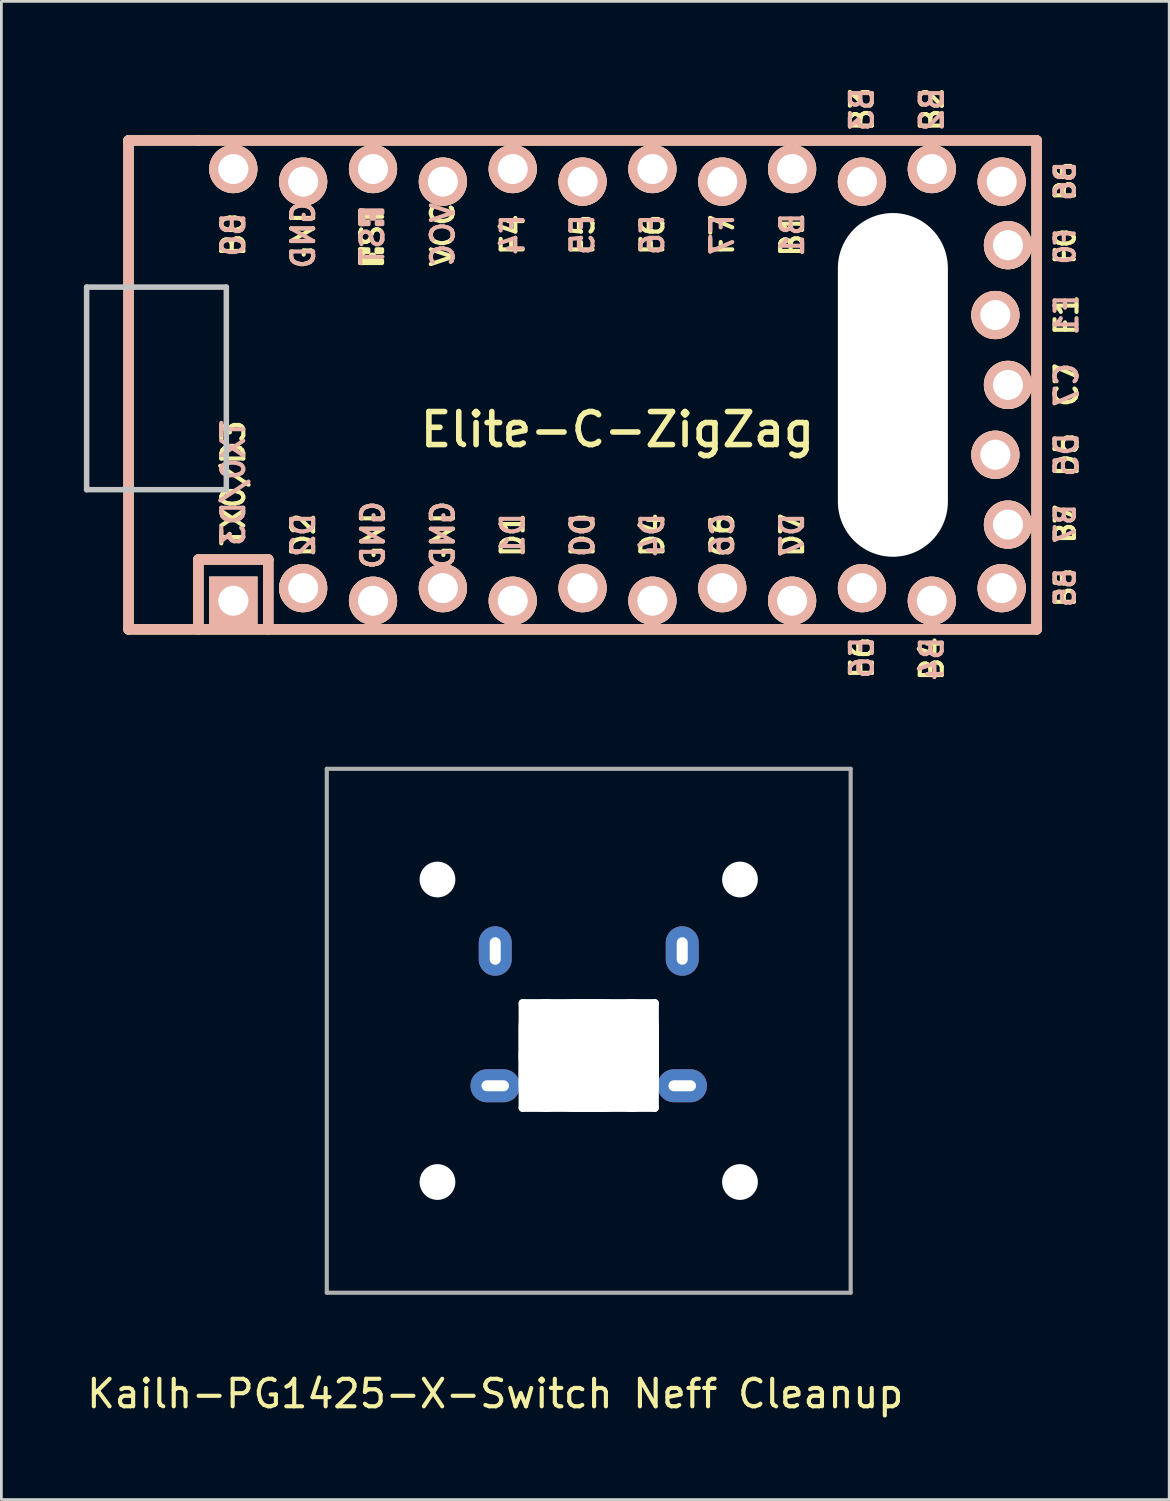
<source format=kicad_pcb>
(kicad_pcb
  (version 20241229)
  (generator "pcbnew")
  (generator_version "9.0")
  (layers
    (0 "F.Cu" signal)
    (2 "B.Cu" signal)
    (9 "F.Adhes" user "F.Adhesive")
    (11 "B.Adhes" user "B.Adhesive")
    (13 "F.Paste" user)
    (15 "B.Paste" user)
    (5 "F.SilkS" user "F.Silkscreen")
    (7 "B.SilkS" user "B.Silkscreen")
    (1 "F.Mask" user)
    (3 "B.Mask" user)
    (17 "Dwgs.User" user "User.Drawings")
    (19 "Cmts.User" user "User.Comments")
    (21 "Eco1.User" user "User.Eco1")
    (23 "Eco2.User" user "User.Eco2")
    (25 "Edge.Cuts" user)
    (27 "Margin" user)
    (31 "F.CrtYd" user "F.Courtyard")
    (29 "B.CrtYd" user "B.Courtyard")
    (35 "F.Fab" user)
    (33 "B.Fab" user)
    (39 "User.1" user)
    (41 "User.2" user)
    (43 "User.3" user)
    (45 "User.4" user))
  (footprint "Elite-C-ZigZag"
    (layer "F.Cu")
    (at 19.404 10.946)
    (property "Reference" "Elite-C-ZigZag" (at 0 1.625 0) (layer "F.SilkS") (effects (font (size 1.2 1.2) (thickness 0.203))))
    (attr through_hole)
    (fp_line (start -17.78 -8.89) (end -17.78 8.89) (stroke (width 0.381) (type solid)) (layer "F.SilkS"))
    (fp_line (start -17.78 8.89) (end -15.24 8.89) (stroke (width 0.381) (type solid)) (layer "F.SilkS"))
    (fp_line (start -15.24 -8.89) (end -17.78 -8.89) (stroke (width 0.381) (type solid)) (layer "F.SilkS"))
    (fp_line (start -15.24 6.35) (end -15.24 8.89) (stroke (width 0.381) (type solid)) (layer "F.SilkS"))
    (fp_line (start -15.24 6.35) (end -12.7 6.35) (stroke (width 0.381) (type solid)) (layer "F.SilkS"))
    (fp_line (start -15.24 8.89) (end 15.24 8.89) (stroke (width 0.381) (type solid)) (layer "F.SilkS"))
    (fp_line (start -12.7 6.35) (end -12.7 8.89) (stroke (width 0.381) (type solid)) (layer "F.SilkS"))
    (fp_line (start 15.24 -8.89) (end -15.24 -8.89) (stroke (width 0.381) (type solid)) (layer "F.SilkS"))
    (fp_line (start 15.24 8.89) (end 15.24 -8.89) (stroke (width 0.381) (type solid)) (layer "F.SilkS"))
    (fp_poly (pts (xy -9.361 -4.932) (xy -9.261 -4.932) (xy -9.261 -4.432) (xy -9.361 -4.432)) (stroke (width 0.15) (type solid)) (fill yes) (layer "F.SilkS"))
    (fp_poly (pts (xy -9.361 -4.932) (xy -9.061 -4.932) (xy -9.061 -4.832) (xy -9.361 -4.832)) (stroke (width 0.15) (type solid)) (fill yes) (layer "F.SilkS"))
    (fp_poly (pts (xy -9.361 -4.532) (xy -8.561 -4.532) (xy -8.561 -4.432) (xy -9.361 -4.432)) (stroke (width 0.15) (type solid)) (fill yes) (layer "F.SilkS"))
    (fp_poly (pts (xy -8.961 -4.732) (xy -8.861 -4.732) (xy -8.861 -4.632) (xy -8.961 -4.632)) (stroke (width 0.15) (type solid)) (fill yes) (layer "F.SilkS"))
    (fp_poly (pts (xy -8.761 -4.932) (xy -8.561 -4.932) (xy -8.561 -4.832) (xy -8.761 -4.832)) (stroke (width 0.15) (type solid)) (fill yes) (layer "F.SilkS"))
    (fp_line (start -17.78 -8.89) (end -17.78 8.89) (stroke (width 0.381) (type solid)) (layer "B.SilkS"))
    (fp_line (start -17.78 8.89) (end 15.24 8.89) (stroke (width 0.381) (type solid)) (layer "B.SilkS"))
    (fp_line (start -15.24 6.35) (end -15.24 8.89) (stroke (width 0.381) (type solid)) (layer "B.SilkS"))
    (fp_line (start -15.24 6.35) (end -12.7 6.35) (stroke (width 0.381) (type solid)) (layer "B.SilkS"))
    (fp_line (start -12.7 6.35) (end -12.7 8.89) (stroke (width 0.381) (type solid)) (layer "B.SilkS"))
    (fp_line (start 15.24 -8.89) (end -17.78 -8.89) (stroke (width 0.381) (type solid)) (layer "B.SilkS"))
    (fp_line (start 15.24 8.89) (end 15.24 -8.89) (stroke (width 0.381) (type solid)) (layer "B.SilkS"))
    (fp_poly (pts (xy -9.351 -6.245) (xy -8.551 -6.245) (xy -8.551 -6.345) (xy -9.351 -6.345)) (stroke (width 0.15) (type solid)) (fill yes) (layer "B.SilkS"))
    (fp_poly (pts (xy -9.351 -5.845) (xy -9.251 -5.845) (xy -9.251 -6.345) (xy -9.351 -6.345)) (stroke (width 0.15) (type solid)) (fill yes) (layer "B.SilkS"))
    (fp_poly (pts (xy -9.351 -5.845) (xy -9.051 -5.845) (xy -9.051 -5.945) (xy -9.351 -5.945)) (stroke (width 0.15) (type solid)) (fill yes) (layer "B.SilkS"))
    (fp_poly (pts (xy -8.951 -6.045) (xy -8.851 -6.045) (xy -8.851 -6.145) (xy -8.951 -6.145)) (stroke (width 0.15) (type solid)) (fill yes) (layer "B.SilkS"))
    (fp_poly (pts (xy -8.751 -5.845) (xy -8.551 -5.845) (xy -8.551 -5.945) (xy -8.751 -5.945)) (stroke (width 0.15) (type solid)) (fill yes) (layer "B.SilkS"))
    (fp_line (start -19.304 -3.556) (end -14.224 -3.556) (stroke (width 0.2) (type solid)) (layer "Dwgs.User"))
    (fp_line (start -19.304 3.81) (end -19.304 -3.556) (stroke (width 0.2) (type solid)) (layer "Dwgs.User"))
    (fp_line (start -14.224 -3.556) (end -14.224 3.81) (stroke (width 0.2) (type solid)) (layer "Dwgs.User"))
    (fp_line (start -14.224 3.81) (end -19.304 3.81) (stroke (width 0.2) (type solid)) (layer "Dwgs.User"))
    (fp_text user "E6" (at 8.89 9.92 90) (layer "F.SilkS") (effects (font (size 0.8 0.8) (thickness 0.15))))
    (fp_text user "B4" (at 11.43 9.96 90) (layer "F.SilkS") (effects (font (size 0.8 0.8) (thickness 0.15))))
    (fp_text user "TX0/D3" (at -13.97 3.572 90) (layer "F.SilkS") (effects (font (size 0.8 0.8) (thickness 0.15))))
    (fp_text user "ST" (at -8.92 -5.733 90) (layer "F.SilkS") (effects (font (size 0.8 0.8) (thickness 0.15))))
    (fp_text user "C6" (at 3.81 5.461 90) (layer "F.SilkS") (effects (font (size 0.8 0.8) (thickness 0.15))))
    (fp_text user "D0" (at -1.27 5.461 90) (layer "F.SilkS") (effects (font (size 0.8 0.8) (thickness 0.15))))
    (fp_text user "B2" (at 11.43 -10.02 90) (layer "F.SilkS") (effects (font (size 0.8 0.8) (thickness 0.15))))
    (fp_text user "GND" (at -6.35 5.461 90) (layer "F.SilkS") (effects (font (size 0.8 0.8) (thickness 0.15))))
    (fp_text user "D4" (at 1.27 5.461 90) (layer "F.SilkS") (effects (font (size 0.8 0.8) (thickness 0.15))))
    (fp_text user "F6" (at 1.27 -5.461 90) (layer "F.SilkS") (effects (font (size 0.8 0.8) (thickness 0.15))))
    (fp_text user "F0" (at 16.28 -5.04 90) (layer "F.SilkS") (effects (font (size 0.7 0.7) (thickness 0.15))))
    (fp_text user "B0" (at -13.97 -5.461 90) (layer "F.SilkS") (effects (font (size 0.8 0.8) (thickness 0.15))))
    (fp_text user "GND" (at -11.43 -5.461 90) (layer "F.SilkS") (effects (font (size 0.8 0.8) (thickness 0.15))))
    (fp_text user "B7" (at 16.28 5.05 90) (layer "F.SilkS") (effects (font (size 0.7 0.7) (thickness 0.15))))
    (fp_text user "D7" (at 6.35 5.461 90) (layer "F.SilkS") (effects (font (size 0.8 0.8) (thickness 0.15))))
    (fp_text user "B5" (at 16.28 7.37 90) (layer "F.SilkS") (effects (font (size 0.7 0.7) (thickness 0.15))))
    (fp_text user "B1" (at 6.35 -5.461 90) (layer "F.SilkS") (effects (font (size 0.8 0.8) (thickness 0.15))))
    (fp_text user "GND" (at -8.89 5.461 90) (layer "F.SilkS") (effects (font (size 0.8 0.8) (thickness 0.15))))
    (fp_text user "C7" (at 16.33 0 90) (layer "F.SilkS") (effects (font (size 0.8 0.8) (thickness 0.15))))
    (fp_text user "F1" (at 16.33 -2.54 90) (layer "F.SilkS") (effects (font (size 0.8 0.8) (thickness 0.15))))
    (fp_text user "B6" (at 16.28 -7.41 90) (unlocked yes) (layer "F.SilkS") (effects (font (size 0.7 0.7) (thickness 0.15))))
    (fp_text user "D2" (at -11.43 5.461 90) (layer "F.SilkS") (effects (font (size 0.8 0.8) (thickness 0.15))))
    (fp_text user "D5" (at 16.33 2.54 90) (layer "F.SilkS") (effects (font (size 0.8 0.8) (thickness 0.15))))
    (fp_text user "F4" (at -3.81 -5.461 90) (layer "F.SilkS") (effects (font (size 0.8 0.8) (thickness 0.15))))
    (fp_text user "F7" (at 3.81 -5.461 90) (layer "F.SilkS") (effects (font (size 0.8 0.8) (thickness 0.15))))
    (fp_text user "B3" (at 8.89 -10.02 90) (layer "F.SilkS") (effects (font (size 0.8 0.8) (thickness 0.15))))
    (fp_text user "VCC" (at -6.35 -5.461 90) (layer "F.SilkS") (effects (font (size 0.8 0.8) (thickness 0.15))))
    (fp_text user "F5" (at -1.27 -5.461 90) (layer "F.SilkS") (effects (font (size 0.8 0.8) (thickness 0.15))))
    (fp_text user "D1" (at -3.81 5.461 90) (layer "F.SilkS") (effects (font (size 0.8 0.8) (thickness 0.15))))
    (fp_text user "VCC" (at -6.35 -5.461 90) (layer "B.SilkS") (effects (font (size 0.8 0.8) (thickness 0.15)) (justify mirror)))
    (fp_text user "ST" (at -8.91 -5.04 90) (layer "B.SilkS") (effects (font (size 0.8 0.8) (thickness 0.15)) (justify mirror)))
    (fp_text user "B7" (at 16.28 5.05 90) (layer "B.SilkS") (effects (font (size 0.7 0.7) (thickness 0.15)) (justify mirror)))
    (fp_text user "B0" (at -13.97 -5.461 90) (layer "B.SilkS") (effects (font (size 0.8 0.8) (thickness 0.15)) (justify mirror)))
    (fp_text user "F6" (at 1.27 -5.461 90) (layer "B.SilkS") (effects (font (size 0.8 0.8) (thickness 0.15)) (justify mirror)))
    (fp_text user "GND" (at -8.89 5.461 90) (layer "B.SilkS") (effects (font (size 0.8 0.8) (thickness 0.15)) (justify mirror)))
    (fp_text user "B1" (at 6.35 -5.461 90) (layer "B.SilkS") (effects (font (size 0.8 0.8) (thickness 0.15)) (justify mirror)))
    (fp_text user "B5" (at 16.28 7.37 90) (layer "B.SilkS") (effects (font (size 0.7 0.7) (thickness 0.15)) (justify mirror)))
    (fp_text user "D0" (at -1.27 5.461 90) (layer "B.SilkS") (effects (font (size 0.8 0.8) (thickness 0.15)) (justify mirror)))
    (fp_text user "D7" (at 6.35 5.461 90) (layer "B.SilkS") (effects (font (size 0.8 0.8) (thickness 0.15)) (justify mirror)))
    (fp_text user "F5" (at -1.27 -5.461 90) (layer "B.SilkS") (effects (font (size 0.8 0.8) (thickness 0.15)) (justify mirror)))
    (fp_text user "F1" (at 16.33 -2.54 90) (layer "B.SilkS") (effects (font (size 0.8 0.8) (thickness 0.15)) (justify mirror)))
    (fp_text user "C7" (at 16.33 0 90) (layer "B.SilkS") (effects (font (size 0.8 0.8) (thickness 0.15)) (justify mirror)))
    (fp_text user "B4" (at 11.43 9.96 90) (layer "B.SilkS") (effects (font (size 0.8 0.8) (thickness 0.15)) (justify mirror)))
    (fp_text user "D4" (at 1.27 5.461 90) (layer "B.SilkS") (effects (font (size 0.8 0.8) (thickness 0.15)) (justify mirror)))
    (fp_text user "GND" (at -11.43 -5.461 90) (layer "B.SilkS") (effects (font (size 0.8 0.8) (thickness 0.15)) (justify mirror)))
    (fp_text user "TX0/D3" (at -13.97 3.572 90) (layer "B.SilkS") (effects (font (size 0.8 0.8) (thickness 0.15)) (justify mirror)))
    (fp_text user "F7" (at 3.81 -5.461 90) (layer "B.SilkS") (effects (font (size 0.8 0.8) (thickness 0.15)) (justify mirror)))
    (fp_text user "C6" (at 3.81 5.461 90) (layer "B.SilkS") (effects (font (size 0.8 0.8) (thickness 0.15)) (justify mirror)))
    (fp_text user "B6" (at 16.28 -7.41 90) (unlocked yes) (layer "B.SilkS") (effects (font (size 0.7 0.7) (thickness 0.15)) (justify mirror)))
    (fp_text user "E6" (at 8.89 9.92 90) (layer "B.SilkS") (effects (font (size 0.8 0.8) (thickness 0.15)) (justify mirror)))
    (fp_text user "F0" (at 16.28 -5.04 90) (layer "B.SilkS") (effects (font (size 0.7 0.7) (thickness 0.15)) (justify mirror)))
    (fp_text user "GND" (at -6.35 5.461 90) (layer "B.SilkS") (effects (font (size 0.8 0.8) (thickness 0.15)) (justify mirror)))
    (fp_text user "D2" (at -11.43 5.461 90) (layer "B.SilkS") (effects (font (size 0.8 0.8) (thickness 0.15)) (justify mirror)))
    (fp_text user "D5" (at 16.33 2.54 90) (layer "B.SilkS") (effects (font (size 0.8 0.8) (thickness 0.15)) (justify mirror)))
    (fp_text user "B2" (at 11.43 -10.02 90) (layer "B.SilkS") (effects (font (size 0.8 0.8) (thickness 0.15)) (justify mirror)))
    (fp_text user "B3" (at 8.89 -10.02 90) (layer "B.SilkS") (effects (font (size 0.8 0.8) (thickness 0.15)) (justify mirror)))
    (fp_text user "F4" (at -3.81 -5.461 90) (layer "B.SilkS") (effects (font (size 0.8 0.8) (thickness 0.15)) (justify mirror)))
    (fp_text user "D1" (at -3.81 5.461 90) (layer "B.SilkS") (effects (font (size 0.8 0.8) (thickness 0.15)) (justify mirror)))
    (pad "" np_thru_hole oval (at 10.014 0) (size 4 12.5) (drill oval 4 12.5) (layers "*.Cu" "*.Mask"))
    (pad "1" thru_hole rect (at -13.97 7.849) (size 1.753 1.753) (drill 1.092) (layers "*.Cu" "*.SilkS" "*.Mask"))
    (pad "2" thru_hole circle (at -11.43 7.391) (size 1.753 1.753) (drill 1.092) (layers "*.Cu" "*.SilkS" "*.Mask"))
    (pad "3" thru_hole circle (at -8.89 7.849) (size 1.753 1.753) (drill 1.092) (layers "*.Cu" "*.SilkS" "*.Mask"))
    (pad "4" thru_hole circle (at -6.35 7.391) (size 1.753 1.753) (drill 1.092) (layers "*.Cu" "*.SilkS" "*.Mask"))
    (pad "5" thru_hole circle (at -3.81 7.849) (size 1.753 1.753) (drill 1.092) (layers "*.Cu" "*.SilkS" "*.Mask"))
    (pad "6" thru_hole circle (at -1.27 7.391) (size 1.753 1.753) (drill 1.092) (layers "*.Cu" "*.SilkS" "*.Mask"))
    (pad "7" thru_hole circle (at 1.27 7.849) (size 1.753 1.753) (drill 1.092) (layers "*.Cu" "*.SilkS" "*.Mask"))
    (pad "8" thru_hole circle (at 3.81 7.391) (size 1.753 1.753) (drill 1.092) (layers "*.Cu" "*.SilkS" "*.Mask"))
    (pad "9" thru_hole circle (at 6.35 7.849) (size 1.753 1.753) (drill 1.092) (layers "*.Cu" "*.SilkS" "*.Mask"))
    (pad "10" thru_hole circle (at 8.89 7.391) (size 1.753 1.753) (drill 1.092) (layers "*.Cu" "*.SilkS" "*.Mask"))
    (pad "11" thru_hole circle (at 11.43 7.849) (size 1.753 1.753) (drill 1.092) (layers "*.Cu" "*.SilkS" "*.Mask"))
    (pad "12" thru_hole circle (at 13.97 7.391) (size 1.753 1.753) (drill 1.092) (layers "*.Cu" "*.SilkS" "*.Mask"))
    (pad "13" thru_hole circle (at 13.97 -7.391) (size 1.753 1.753) (drill 1.092) (layers "*.Cu" "*.SilkS" "*.Mask"))
    (pad "14" thru_hole circle (at 11.43 -7.849) (size 1.753 1.753) (drill 1.092) (layers "*.Cu" "*.SilkS" "*.Mask"))
    (pad "15" thru_hole circle (at 8.89 -7.391) (size 1.753 1.753) (drill 1.092) (layers "*.Cu" "*.SilkS" "*.Mask"))
    (pad "16" thru_hole circle (at 6.35 -7.849) (size 1.753 1.753) (drill 1.092) (layers "*.Cu" "*.SilkS" "*.Mask"))
    (pad "17" thru_hole circle (at 3.81 -7.391) (size 1.753 1.753) (drill 1.092) (layers "*.Cu" "*.SilkS" "*.Mask"))
    (pad "18" thru_hole circle (at 1.27 -7.849) (size 1.753 1.753) (drill 1.092) (layers "*.Cu" "*.SilkS" "*.Mask"))
    (pad "19" thru_hole circle (at -1.27 -7.391) (size 1.753 1.753) (drill 1.092) (layers "*.Cu" "*.SilkS" "*.Mask"))
    (pad "20" thru_hole circle (at -3.81 -7.849) (size 1.753 1.753) (drill 1.092) (layers "*.Cu" "*.SilkS" "*.Mask"))
    (pad "21" thru_hole circle (at -6.35 -7.391) (size 1.753 1.753) (drill 1.092) (layers "*.Cu" "*.SilkS" "*.Mask"))
    (pad "22" thru_hole circle (at -8.89 -7.849) (size 1.753 1.753) (drill 1.092) (layers "*.Cu" "*.SilkS" "*.Mask"))
    (pad "23" thru_hole circle (at -11.43 -7.391) (size 1.753 1.753) (drill 1.092) (layers "*.Cu" "*.SilkS" "*.Mask"))
    (pad "24" thru_hole circle (at -13.97 -7.849) (size 1.753 1.753) (drill 1.092) (layers "*.Cu" "*.SilkS" "*.Mask"))
    (pad "25" thru_hole circle (at 14.199 5.08) (size 1.753 1.753) (drill 1.092) (layers "*.Cu" "*.SilkS" "*.Mask"))
    (pad "26" thru_hole circle (at 13.741 2.54) (size 1.753 1.753) (drill 1.092) (layers "*.Cu" "*.SilkS" "*.Mask"))
    (pad "27" thru_hole circle (at 14.199 0) (size 1.753 1.753) (drill 1.092) (layers "*.Cu" "*.SilkS" "*.Mask"))
    (pad "28" thru_hole circle (at 13.741 -2.54) (size 1.753 1.753) (drill 1.092) (layers "*.Cu" "*.SilkS" "*.Mask"))
    (pad "29" thru_hole circle (at 14.199 -5.08) (size 1.753 1.753) (drill 1.092) (layers "*.Cu" "*.SilkS" "*.Mask")))
  (footprint "Kailh-PG1425-X-Switch Neff Cleanup"
    (layer "F.Cu")
    (at 18.358 34.432)
    (property "Reference" "Kailh-PG1425-X-Switch Neff Cleanup" (at -3.4 13.2 0) (layer "F.SilkS") (effects (font (size 1 1) (thickness 0.15))))
    (attr through_hole)
    (fp_line (start -9.525 -9.525) (end 9.525 -9.525) (stroke (width 0.15) (type solid)) (layer "F.Fab"))
    (fp_line (start -9.525 9.525) (end -9.525 -9.525) (stroke (width 0.15) (type solid)) (layer "F.Fab"))
    (fp_line (start 9.525 -9.525) (end 9.525 9.525) (stroke (width 0.15) (type solid)) (layer "F.Fab"))
    (fp_line (start 9.525 9.525) (end -9.525 9.525) (stroke (width 0.15) (type solid)) (layer "F.Fab"))
    (fp_rect (start -2.5 -1.1) (end 2.5 2.9) (stroke (width 0.12) (type default)) (fill no) (layer "User.1"))
    (pad "" np_thru_hole circle (at -5.5 -5.5 180) (size 1.3 1.3) (drill 1.3) (layers "*.Cu" "*.Mask"))
    (pad "" np_thru_hole circle (at -5.5 5.5 180) (size 1.3 1.3) (drill 1.3) (layers "*.Cu" "*.Mask"))
    (pad "" np_thru_hole oval (at -2.4 0.9) (size 0.3 4.1) (drill oval 0.3 4.1) (layers "*.Cu" "*.Mask"))
    (pad "" np_thru_hole oval (at -1.55 0.9) (size 2 4.1) (drill oval 2 4.1) (layers "*.Cu" "*.Mask"))
    (pad "" np_thru_hole oval (at 0 -1) (size 5.1 0.3) (drill oval 5.1 0.3) (layers "*.Cu" "*.Mask"))
    (pad "" np_thru_hole oval (at 0 0.9) (size 5.1 4.1) (drill oval 5.1 4.1) (layers "*.Cu" "*.Mask"))
    (pad "" np_thru_hole oval (at 0 2.8) (size 5.1 0.3) (drill oval 5.1 0.3) (layers "*.Cu" "*.Mask"))
    (pad "" np_thru_hole oval (at 1.55 0.9) (size 2 4.1) (drill oval 2 4.1) (layers "*.Cu" "*.Mask"))
    (pad "" np_thru_hole oval (at 2.4 0.9) (size 0.3 4.1) (drill oval 0.3 4.1) (layers "*.Cu" "*.Mask"))
    (pad "" np_thru_hole circle (at 5.5 5.5 180) (size 1.3 1.3) (drill 1.3) (layers "*.Cu" "*.Mask"))
    (pad "" np_thru_hole circle (at 5.5 -5.5 180) (size 1.3 1.3) (drill 1.3) (layers "*.Cu" "*.Mask"))
    (pad "1" thru_hole oval (at -3.4 -2.9 180) (size 1.2 1.8) (drill oval 0.4 1) (layers "*.Cu" "*.Mask"))
    (pad "1" thru_hole oval (at 3.4 -2.9 180) (size 1.2 1.8) (drill oval 0.4 1) (layers "*.Cu" "*.Mask"))
    (pad "2" thru_hole oval (at -3.4 2 180) (size 1.8 1.2) (drill oval 1 0.4) (layers "*.Cu" "*.Mask"))
    (pad "2" thru_hole oval (at 3.4 2 180) (size 1.8 1.2) (drill oval 1 0.4) (layers "*.Cu" "*.Mask")))
  (gr_rect
    (start -3 -3)
    (end 39.465 51.48)
    (stroke (width 0.1) (type default))
    (fill no)
    (layer "Edge.Cuts")))
</source>
